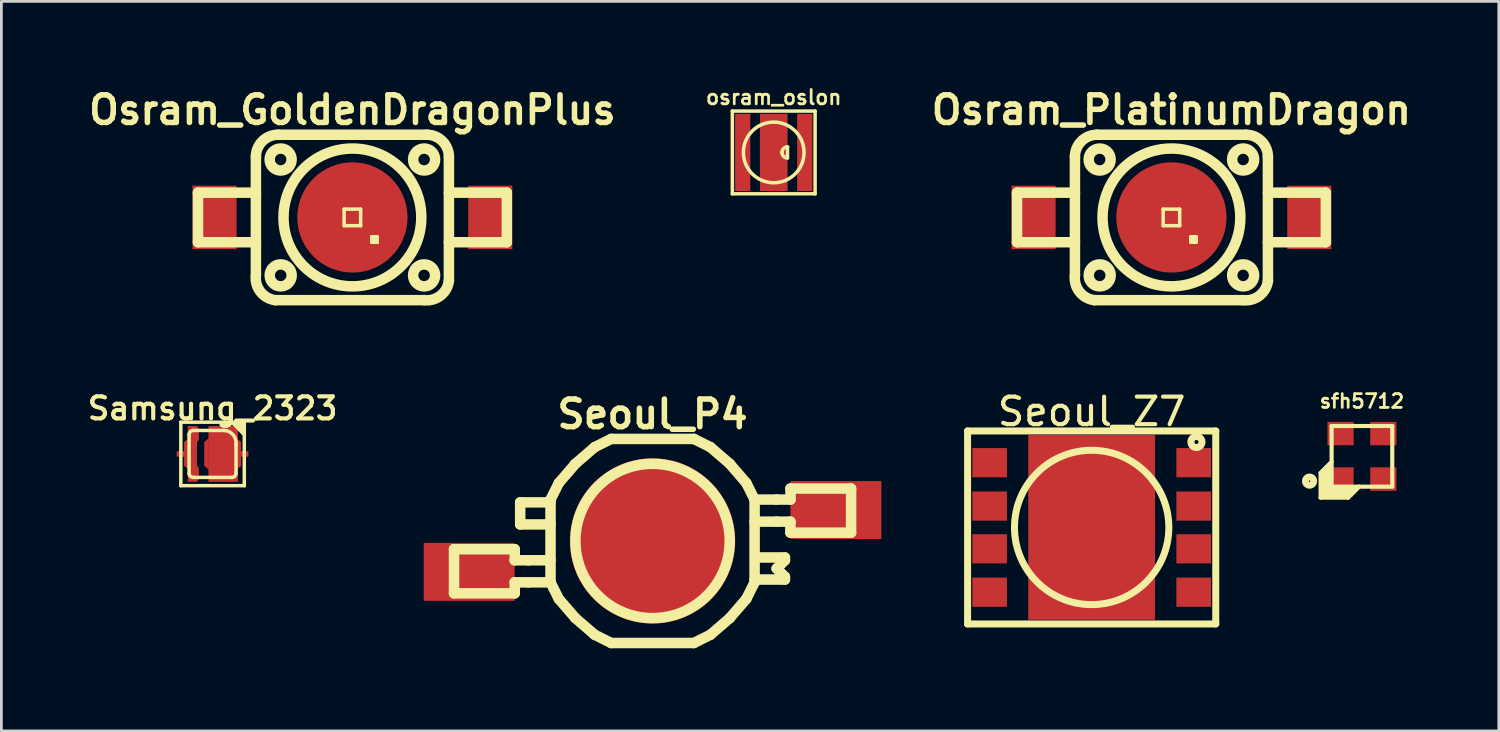
<source format=kicad_pcb>
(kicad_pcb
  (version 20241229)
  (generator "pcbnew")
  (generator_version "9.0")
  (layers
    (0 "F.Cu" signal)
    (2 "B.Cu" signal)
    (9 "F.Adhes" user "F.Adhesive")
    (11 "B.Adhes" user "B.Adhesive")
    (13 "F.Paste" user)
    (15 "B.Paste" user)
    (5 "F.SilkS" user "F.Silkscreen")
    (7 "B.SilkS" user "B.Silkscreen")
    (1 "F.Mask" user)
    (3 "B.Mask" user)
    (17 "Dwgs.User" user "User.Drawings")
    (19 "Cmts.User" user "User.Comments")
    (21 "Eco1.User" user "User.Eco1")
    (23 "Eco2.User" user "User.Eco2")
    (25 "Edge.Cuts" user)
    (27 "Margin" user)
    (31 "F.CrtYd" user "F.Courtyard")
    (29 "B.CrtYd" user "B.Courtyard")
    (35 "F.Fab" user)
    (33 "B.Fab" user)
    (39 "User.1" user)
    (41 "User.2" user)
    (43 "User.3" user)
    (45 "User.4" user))
  (footprint "Osram_PlatinumDragon"
    (layer "F.Cu")
    (at 39.439 4.837)
    (property "Reference" "Osram_PlatinumDragon" (at 0 -3.899 0) (layer "F.SilkS") (effects (font (size 1.001 1.001) (thickness 0.201))))
    (attr through_hole)
    (fp_line (start -5.601 -0.899) (end -5.601 0.899) (stroke (width 0.381) (type solid)) (layer "F.SilkS"))
    (fp_line (start -5.601 0.899) (end -3.5 0.899) (stroke (width 0.381) (type solid)) (layer "F.SilkS"))
    (fp_line (start -3.5 -0.899) (end -5.601 -0.899) (stroke (width 0.381) (type solid)) (layer "F.SilkS"))
    (fp_line (start -3.5 2.101) (end -3.5 -2.2) (stroke (width 0.381) (type solid)) (layer "F.SilkS"))
    (fp_line (start -2.7 -3) (end 2.7 -3) (stroke (width 0.381) (type solid)) (layer "F.SilkS"))
    (fp_line (start -0.3 -0.3) (end 0.3 -0.3) (stroke (width 0.127) (type solid)) (layer "F.SilkS"))
    (fp_line (start -0.3 0.3) (end -0.3 -0.3) (stroke (width 0.127) (type solid)) (layer "F.SilkS"))
    (fp_line (start 0.3 -0.3) (end 0.3 0.3) (stroke (width 0.127) (type solid)) (layer "F.SilkS"))
    (fp_line (start 0.3 0.3) (end -0.3 0.3) (stroke (width 0.127) (type solid)) (layer "F.SilkS"))
    (fp_line (start 0.701 0.701) (end 0.8 0.8) (stroke (width 0.127) (type solid)) (layer "F.SilkS"))
    (fp_line (start 0.701 0.701) (end 0.899 0.701) (stroke (width 0.127) (type solid)) (layer "F.SilkS"))
    (fp_line (start 0.701 0.899) (end 0.701 0.701) (stroke (width 0.127) (type solid)) (layer "F.SilkS"))
    (fp_line (start 0.899 0.701) (end 0.899 0.899) (stroke (width 0.127) (type solid)) (layer "F.SilkS"))
    (fp_line (start 0.899 0.899) (end 0.701 0.899) (stroke (width 0.127) (type solid)) (layer "F.SilkS"))
    (fp_line (start 2.601 3) (end -2.799 3) (stroke (width 0.381) (type solid)) (layer "F.SilkS"))
    (fp_line (start 3.5 -2.2) (end 3.5 2.301) (stroke (width 0.381) (type solid)) (layer "F.SilkS"))
    (fp_line (start 5.601 -0.899) (end 3.5 -0.899) (stroke (width 0.381) (type solid)) (layer "F.SilkS"))
    (fp_line (start 5.601 -0.899) (end 5.601 0.899) (stroke (width 0.381) (type solid)) (layer "F.SilkS"))
    (fp_line (start 5.601 0.899) (end 3.5 0.899) (stroke (width 0.381) (type solid)) (layer "F.SilkS"))
    (fp_arc (start -3.50012 -2.19964) (mid -3.265776 -2.765396) (end -2.70002 -2.99974) (stroke (width 0.381) (type solid)) (layer "F.SilkS"))
    (fp_arc (start -2.79908 2.99974) (mid -3.335822 2.69535) (end -3.50012 2.10058) (stroke (width 0.381) (type solid)) (layer "F.SilkS"))
    (fp_arc (start 2.70002 -2.99974) (mid 3.265776 -2.765396) (end 3.50012 -2.19964) (stroke (width 0.381) (type solid)) (layer "F.SilkS"))
    (fp_arc (start 3.50012 2.30124) (mid 3.193934 2.837238) (end 2.59842 2.99974) (stroke (width 0.381) (type solid)) (layer "F.SilkS"))
    (fp_circle (center -2.603 -2.101) (end -3.002 -2.101) (stroke (width 0.381) (type solid)) (fill no) (layer "F.SilkS"))
    (fp_circle (center -2.601 2.101) (end -3 2.101) (stroke (width 0.381) (type solid)) (fill no) (layer "F.SilkS"))
    (fp_circle (center 0 0) (end -2.499 0) (stroke (width 0.381) (type solid)) (fill no) (layer "F.SilkS"))
    (fp_circle (center 2.601 -2.101) (end 3 -2.101) (stroke (width 0.381) (type solid)) (fill no) (layer "F.SilkS"))
    (fp_circle (center 2.601 2.101) (end 3 2.101) (stroke (width 0.381) (type solid)) (fill no) (layer "F.SilkS"))
    (pad "1" smd rect (at -5.001 0) (size 1.6 2.301) (layers "F.Cu" "F.Mask" "F.Paste"))
    (pad "2" smd rect (at 5.001 0) (size 1.6 2.301) (layers "F.Cu" "F.Mask" "F.Paste"))
    (pad "3" smd circle (at 0 0) (size 4 4) (layers "F.Cu" "F.Mask" "F.Paste")))
  (footprint "Seoul_Z7"
    (layer "F.Cu")
    (at 36.546 16.081)
    (property "Reference" "Seoul_Z7" (at 0 -4.201 0) (layer "F.SilkS") (effects (font (size 0.998 0.998) (thickness 0.15))))
    (attr smd)
    (fp_line (start -4.501 -3.5) (end 4.501 -3.5) (stroke (width 0.254) (type solid)) (layer "F.SilkS"))
    (fp_line (start -4.501 3.5) (end -4.501 -3.5) (stroke (width 0.254) (type solid)) (layer "F.SilkS"))
    (fp_line (start 4.501 -3.5) (end 4.501 3.5) (stroke (width 0.254) (type solid)) (layer "F.SilkS"))
    (fp_line (start 4.501 3.5) (end -4.501 3.5) (stroke (width 0.254) (type solid)) (layer "F.SilkS"))
    (fp_circle (center 0 0) (end -2.799 0) (stroke (width 0.254) (type solid)) (fill no) (layer "F.SilkS"))
    (fp_circle (center 3.8 -3.099) (end 3.599 -3.099) (stroke (width 0.254) (type solid)) (fill no) (layer "F.SilkS"))
    (pad "" smd rect (at -1.15 -1.675) (size 2.3 3.35) (layers "F.Mask" "F.Paste"))
    (pad "" smd rect (at -1.15 1.675) (size 2.3 3.35) (layers "F.Mask" "F.Paste"))
    (pad "" smd rect (at 1.15 -1.675) (size 2.3 3.35) (layers "F.Mask" "F.Paste"))
    (pad "" smd rect (at 1.15 1.675) (size 2.3 3.35) (layers "F.Mask" "F.Paste"))
    (pad "1" smd rect (at 3.701 -2.349) (size 1.257 1.059) (layers "F.Cu" "F.Mask" "F.Paste"))
    (pad "2" smd rect (at 3.701 -0.775) (size 1.257 1.059) (layers "F.Cu" "F.Mask" "F.Paste"))
    (pad "3" smd rect (at 3.701 0.775) (size 1.257 1.059) (layers "F.Cu" "F.Mask" "F.Paste"))
    (pad "4" smd rect (at 3.701 2.349) (size 1.257 1.059) (layers "F.Cu" "F.Mask" "F.Paste"))
    (pad "5" smd rect (at -3.701 2.349) (size 1.257 1.059) (layers "F.Cu" "F.Mask" "F.Paste"))
    (pad "6" smd rect (at -3.701 0.775) (size 1.257 1.059) (layers "F.Cu" "F.Mask" "F.Paste"))
    (pad "7" smd rect (at -3.701 -0.775) (size 1.257 1.059) (layers "F.Cu" "F.Mask" "F.Paste"))
    (pad "8" smd rect (at -3.701 -2.349) (size 1.257 1.059) (layers "F.Cu" "F.Mask" "F.Paste"))
    (pad "9" smd rect (at 0 0) (size 4.6 6.7) (layers "F.Cu")))
  (footprint "Samsung_2323"
    (layer "F.Cu")
    (at 4.66 13.415)
    (property "Reference" "Samsung_2323" (at 0 -1.651 0) (layer "F.SilkS") (effects (font (size 0.8 0.8) (thickness 0.15))))
    (attr through_hole)
    (fp_line (start -1.151 -1.151) (end 1.151 -1.151) (stroke (width 0.127) (type solid)) (layer "F.SilkS"))
    (fp_line (start -1.151 1.151) (end -1.151 -1.151) (stroke (width 0.127) (type solid)) (layer "F.SilkS"))
    (fp_line (start -0.851 0.701) (end -0.851 -0.701) (stroke (width 0.127) (type solid)) (layer "F.SilkS"))
    (fp_line (start -0.701 -0.851) (end 0.45 -0.851) (stroke (width 0.127) (type solid)) (layer "F.SilkS"))
    (fp_line (start 0.701 0.851) (end -0.701 0.851) (stroke (width 0.127) (type solid)) (layer "F.SilkS"))
    (fp_line (start 0.851 -1.151) (end 1.151 -0.851) (stroke (width 0.127) (type solid)) (layer "F.SilkS"))
    (fp_line (start 0.851 -0.351) (end 0.851 0.701) (stroke (width 0.127) (type solid)) (layer "F.SilkS"))
    (fp_line (start 1.001 -1.151) (end 1.151 -1.001) (stroke (width 0.127) (type solid)) (layer "F.SilkS"))
    (fp_line (start 1.151 -1.151) (end 1.151 1.151) (stroke (width 0.127) (type solid)) (layer "F.SilkS"))
    (fp_line (start 1.151 -0.701) (end 0.701 -1.151) (stroke (width 0.127) (type solid)) (layer "F.SilkS"))
    (fp_line (start 1.151 1.151) (end -1.151 1.151) (stroke (width 0.127) (type solid)) (layer "F.SilkS"))
    (fp_arc (start -0.8509 -0.70104) (mid -0.807007 -0.807007) (end -0.70104 -0.8509) (stroke (width 0.127) (type solid)) (layer "F.SilkS"))
    (fp_arc (start -0.70104 0.8509) (mid -0.807007 0.807007) (end -0.8509 0.70104) (stroke (width 0.127) (type solid)) (layer "F.SilkS"))
    (fp_arc (start 0.44958 -0.8509) (mid 0.754398 -0.682556) (end 0.8509 -0.34798) (stroke (width 0.127) (type solid)) (layer "F.SilkS"))
    (fp_arc (start 0.8509 0.70104) (mid 0.807007 0.807007) (end 0.70104 0.8509) (stroke (width 0.127) (type solid)) (layer "F.SilkS"))
    (pad "1" smd rect (at -1.151 0) (size 0.3 0.201) (layers "F.Cu" "F.Mask" "F.Paste"))
    (pad "1" smd trapezoid (at -0.95 0) (size 0.165 1.001) (rect_delta -0.13 0) (layers "F.Cu" "F.Mask" "F.Paste"))
    (pad "1" smd rect (at -0.732 0) (size 0.335 2.024) (layers "F.Cu" "F.Mask" "F.Paste"))
    (pad "1" smd trapezoid (at -0.533 -0.716) (size 0.071 0.5) (rect_delta 0.099 0) (layers "F.Cu" "F.Mask" "F.Paste"))
    (pad "1" smd trapezoid (at -0.533 0.716) (size 0.071 0.5) (rect_delta 0.099 0) (layers "F.Cu" "F.Mask" "F.Paste"))
    (pad "2" smd trapezoid (at -0.221 0) (size 0.165 1.001) (rect_delta -0.15 0) (layers "F.Cu" "F.Mask" "F.Paste"))
    (pad "2" smd rect (at 0.386 0) (size 1.069 2.024) (layers "F.Cu" "F.Mask" "F.Paste"))
    (pad "2" smd trapezoid (at 0.95 0) (size 0.165 1.001) (rect_delta 0.13 0) (layers "F.Cu" "F.Mask" "F.Paste"))
    (pad "2" smd rect (at 1.151 0) (size 0.3 0.201) (layers "F.Cu" "F.Mask" "F.Paste")))
  (footprint "Osram_GoldenDragonPlus"
    (layer "F.Cu")
    (at 9.732 4.837)
    (property "Reference" "Osram_GoldenDragonPlus" (at 0 -3.899 0) (layer "F.SilkS") (effects (font (size 1.001 1.001) (thickness 0.201))))
    (attr through_hole)
    (fp_line (start -5.601 -0.899) (end -5.601 0.899) (stroke (width 0.381) (type solid)) (layer "F.SilkS"))
    (fp_line (start -5.601 0.899) (end -3.5 0.899) (stroke (width 0.381) (type solid)) (layer "F.SilkS"))
    (fp_line (start -3.5 -0.899) (end -5.601 -0.899) (stroke (width 0.381) (type solid)) (layer "F.SilkS"))
    (fp_line (start -3.5 2.101) (end -3.5 -2.2) (stroke (width 0.381) (type solid)) (layer "F.SilkS"))
    (fp_line (start -2.7 -3) (end 2.7 -3) (stroke (width 0.381) (type solid)) (layer "F.SilkS"))
    (fp_line (start -0.3 -0.3) (end 0.3 -0.3) (stroke (width 0.127) (type solid)) (layer "F.SilkS"))
    (fp_line (start -0.3 0.3) (end -0.3 -0.3) (stroke (width 0.127) (type solid)) (layer "F.SilkS"))
    (fp_line (start 0.3 -0.3) (end 0.3 0.3) (stroke (width 0.127) (type solid)) (layer "F.SilkS"))
    (fp_line (start 0.3 0.3) (end -0.3 0.3) (stroke (width 0.127) (type solid)) (layer "F.SilkS"))
    (fp_line (start 0.701 0.701) (end 0.899 0.701) (stroke (width 0.127) (type solid)) (layer "F.SilkS"))
    (fp_line (start 0.701 0.701) (end 0.899 0.899) (stroke (width 0.127) (type solid)) (layer "F.SilkS"))
    (fp_line (start 0.701 0.899) (end 0.701 0.701) (stroke (width 0.127) (type solid)) (layer "F.SilkS"))
    (fp_line (start 0.899 0.701) (end 0.899 0.899) (stroke (width 0.127) (type solid)) (layer "F.SilkS"))
    (fp_line (start 0.899 0.899) (end 0.701 0.899) (stroke (width 0.127) (type solid)) (layer "F.SilkS"))
    (fp_line (start 2.601 3) (end -2.799 3) (stroke (width 0.381) (type solid)) (layer "F.SilkS"))
    (fp_line (start 3.5 -2.2) (end 3.5 2.301) (stroke (width 0.381) (type solid)) (layer "F.SilkS"))
    (fp_line (start 5.601 -0.899) (end 3.5 -0.899) (stroke (width 0.381) (type solid)) (layer "F.SilkS"))
    (fp_line (start 5.601 -0.899) (end 5.601 0.899) (stroke (width 0.381) (type solid)) (layer "F.SilkS"))
    (fp_line (start 5.601 0.899) (end 3.5 0.899) (stroke (width 0.381) (type solid)) (layer "F.SilkS"))
    (fp_arc (start -3.50012 -2.19964) (mid -3.265776 -2.765396) (end -2.70002 -2.99974) (stroke (width 0.381) (type solid)) (layer "F.SilkS"))
    (fp_arc (start -2.79908 2.99974) (mid -3.335822 2.69535) (end -3.50012 2.10058) (stroke (width 0.381) (type solid)) (layer "F.SilkS"))
    (fp_arc (start 2.70002 -2.99974) (mid 3.265776 -2.765396) (end 3.50012 -2.19964) (stroke (width 0.381) (type solid)) (layer "F.SilkS"))
    (fp_arc (start 3.50012 2.30124) (mid 3.193934 2.837238) (end 2.59842 2.99974) (stroke (width 0.381) (type solid)) (layer "F.SilkS"))
    (fp_circle (center -2.603 -2.101) (end -3.002 -2.101) (stroke (width 0.381) (type solid)) (fill no) (layer "F.SilkS"))
    (fp_circle (center -2.601 2.101) (end -3 2.101) (stroke (width 0.381) (type solid)) (fill no) (layer "F.SilkS"))
    (fp_circle (center 0 0) (end -2.499 0) (stroke (width 0.381) (type solid)) (fill no) (layer "F.SilkS"))
    (fp_circle (center 2.601 -2.101) (end 3 -2.101) (stroke (width 0.381) (type solid)) (fill no) (layer "F.SilkS"))
    (fp_circle (center 2.601 2.101) (end 3 2.101) (stroke (width 0.381) (type solid)) (fill no) (layer "F.SilkS"))
    (pad "1" smd rect (at -5.001 0) (size 1.6 2.301) (layers "F.Cu" "F.Mask" "F.Paste"))
    (pad "2" smd rect (at 5.001 0) (size 1.6 2.301) (layers "F.Cu" "F.Mask" "F.Paste"))
    (pad "3" smd circle (at 0 0) (size 4 4) (layers "F.Cu" "F.Mask" "F.Paste")))
  (footprint "osram_oslon"
    (layer "F.Cu")
    (at 25.014 2.479)
    (property "Reference" "osram_oslon" (at 0 -1.999 0) (layer "F.SilkS") (effects (font (size 0.523 0.523) (thickness 0.099))))
    (attr through_hole)
    (fp_line (start -1.501 -1.501) (end -1.501 1.501) (stroke (width 0.127) (type solid)) (layer "F.SilkS"))
    (fp_line (start -1.501 1.501) (end 1.501 1.501) (stroke (width 0.127) (type solid)) (layer "F.SilkS"))
    (fp_line (start 0.5 -0.201) (end 0.5 0.201) (stroke (width 0.127) (type solid)) (layer "F.SilkS"))
    (fp_line (start 1.501 -1.501) (end -1.501 -1.501) (stroke (width 0.127) (type solid)) (layer "F.SilkS"))
    (fp_line (start 1.501 1.501) (end 1.501 -1.501) (stroke (width 0.127) (type solid)) (layer "F.SilkS"))
    (fp_arc (start 0.29972 0) (mid 0.358492 -0.141888) (end 0.50038 -0.20066) (stroke (width 0.127) (type solid)) (layer "F.SilkS"))
    (fp_arc (start 0.50038 0.20066) (mid 0.358492 0.141888) (end 0.29972 0) (stroke (width 0.127) (type solid)) (layer "F.SilkS"))
    (fp_circle (center 0 0) (end -1.1 0) (stroke (width 0.127) (type solid)) (fill no) (layer "F.SilkS"))
    (pad "1" smd rect (at -1.125 0) (size 0.551 2.799) (layers "F.Cu" "F.Mask" "F.Paste"))
    (pad "2" smd rect (at 1.125 0) (size 0.551 2.799) (layers "F.Cu" "F.Mask" "F.Paste"))
    (pad "3" smd rect (at 0 0) (size 1.001 2.799) (layers "F.Cu" "F.Mask" "F.Paste")))
  (footprint "sfh5712"
    (layer "F.Cu")
    (at 46.349 13.501)
    (property "Reference" "sfh5712" (at 0 -2 0) (layer "F.SilkS") (effects (font (size 0.5 0.5) (thickness 0.1))))
    (attr through_hole)
    (fp_line (start -1.5 0.6) (end -1.5 1.5) (stroke (width 0.15) (type solid)) (layer "F.SilkS"))
    (fp_line (start -1.5 0.6) (end -1.1 0.2) (stroke (width 0.15) (type solid)) (layer "F.SilkS"))
    (fp_line (start -1.4 0.5) (end -1.4 1.4) (stroke (width 0.15) (type solid)) (layer "F.SilkS"))
    (fp_line (start -1.4 1.4) (end -0.4 1.4) (stroke (width 0.15) (type solid)) (layer "F.SilkS"))
    (fp_line (start -1.3 0.4) (end -1.3 1.3) (stroke (width 0.15) (type solid)) (layer "F.SilkS"))
    (fp_line (start -1.3 1.3) (end -0.3 1.3) (stroke (width 0.15) (type solid)) (layer "F.SilkS"))
    (fp_line (start -1.2 0.3) (end -1.2 1.2) (stroke (width 0.15) (type solid)) (layer "F.SilkS"))
    (fp_line (start -1.2 1.2) (end -0.2 1.2) (stroke (width 0.15) (type solid)) (layer "F.SilkS"))
    (fp_line (start -1.1 -1.1) (end 1.1 -1.1) (stroke (width 0.15) (type solid)) (layer "F.SilkS"))
    (fp_line (start -1.1 1.1) (end -1.1 -1.1) (stroke (width 0.15) (type solid)) (layer "F.SilkS"))
    (fp_line (start -1.1 1.1) (end 1.1 1.1) (stroke (width 0.15) (type solid)) (layer "F.SilkS"))
    (fp_line (start -0.5 1.5) (end -1.5 1.5) (stroke (width 0.15) (type solid)) (layer "F.SilkS"))
    (fp_line (start -0.5 1.5) (end -0.1 1.1) (stroke (width 0.15) (type solid)) (layer "F.SilkS"))
    (fp_line (start 1.1 -1.1) (end 1.1 1.1) (stroke (width 0.15) (type solid)) (layer "F.SilkS"))
    (fp_circle (center -1.902 0.9) (end -1.902 1) (stroke (width 0.15) (type solid)) (fill no) (layer "F.SilkS"))
    (fp_circle (center -1.9 0.9) (end -2.1 0.9) (stroke (width 0.15) (type solid)) (fill no) (layer "F.SilkS"))
    (pad "1" smd rect (at -0.775 0.825) (size 0.95 0.85) (layers "F.Cu" "F.Mask" "F.Paste"))
    (pad "2" smd rect (at 0.775 0.825) (size 0.95 0.85) (layers "F.Cu" "F.Mask" "F.Paste"))
    (pad "3" smd rect (at 0.775 -0.825) (size 0.95 0.85) (layers "F.Cu" "F.Mask" "F.Paste"))
    (pad "4" smd rect (at -0.775 -0.825) (size 0.95 0.85) (layers "F.Cu" "F.Mask" "F.Paste")))
  (footprint "Seoul_P4"
    (layer "F.Cu")
    (at 20.619 16.571)
    (property "Reference" "Seoul_P4" (at 0 -4.6 0) (layer "F.SilkS") (effects (font (size 1.001 1.001) (thickness 0.201))))
    (attr through_hole)
    (fp_line (start -7.201 0.3) (end -5.001 0.3) (stroke (width 0.381) (type solid)) (layer "F.SilkS"))
    (fp_line (start -7.201 1.897) (end -7.201 0.297) (stroke (width 0.381) (type solid)) (layer "F.SilkS"))
    (fp_line (start -7.201 1.9) (end -5.001 1.9) (stroke (width 0.381) (type solid)) (layer "F.SilkS"))
    (fp_line (start -4.999 0.3) (end -4.999 0.701) (stroke (width 0.381) (type solid)) (layer "F.SilkS"))
    (fp_line (start -4.999 1.9) (end -4.999 1.501) (stroke (width 0.381) (type solid)) (layer "F.SilkS"))
    (fp_line (start -4.801 -0.599) (end -4.801 -1.4) (stroke (width 0.381) (type solid)) (layer "F.SilkS"))
    (fp_line (start -4.501 0.701) (end -5.001 0.701) (stroke (width 0.381) (type solid)) (layer "F.SilkS"))
    (fp_line (start -4.501 0.701) (end -3.701 0.701) (stroke (width 0.381) (type solid)) (layer "F.SilkS"))
    (fp_line (start -4.501 1.501) (end -5.001 1.501) (stroke (width 0.381) (type solid)) (layer "F.SilkS"))
    (fp_line (start -4.501 1.501) (end -3.701 1.501) (stroke (width 0.381) (type solid)) (layer "F.SilkS"))
    (fp_line (start -3.701 -1.501) (end -3.401 -2.101) (stroke (width 0.381) (type solid)) (layer "F.SilkS"))
    (fp_line (start -3.701 -1.4) (end -4.801 -1.4) (stroke (width 0.381) (type solid)) (layer "F.SilkS"))
    (fp_line (start -3.701 -0.599) (end -4.801 -0.599) (stroke (width 0.381) (type solid)) (layer "F.SilkS"))
    (fp_line (start -3.701 1.501) (end -3.701 -1.501) (stroke (width 0.381) (type solid)) (layer "F.SilkS"))
    (fp_line (start -3.701 1.501) (end -3.401 2.101) (stroke (width 0.381) (type solid)) (layer "F.SilkS"))
    (fp_line (start -3.401 -2.101) (end -2.799 -2.799) (stroke (width 0.381) (type solid)) (layer "F.SilkS"))
    (fp_line (start -2.799 -2.799) (end -2.101 -3.401) (stroke (width 0.381) (type solid)) (layer "F.SilkS"))
    (fp_line (start -2.799 2.799) (end -3.401 2.101) (stroke (width 0.381) (type solid)) (layer "F.SilkS"))
    (fp_line (start -2.101 -3.401) (end -1.501 -3.701) (stroke (width 0.381) (type solid)) (layer "F.SilkS"))
    (fp_line (start -2.101 3.401) (end -2.799 2.799) (stroke (width 0.381) (type solid)) (layer "F.SilkS"))
    (fp_line (start -1.501 -3.701) (end 1.501 -3.701) (stroke (width 0.381) (type solid)) (layer "F.SilkS"))
    (fp_line (start -1.501 3.701) (end -2.101 3.401) (stroke (width 0.381) (type solid)) (layer "F.SilkS"))
    (fp_line (start 1.501 -3.701) (end 2.101 -3.401) (stroke (width 0.381) (type solid)) (layer "F.SilkS"))
    (fp_line (start 1.501 3.701) (end -1.501 3.701) (stroke (width 0.381) (type solid)) (layer "F.SilkS"))
    (fp_line (start 1.501 3.701) (end 2.101 3.401) (stroke (width 0.381) (type solid)) (layer "F.SilkS"))
    (fp_line (start 2.101 -3.401) (end 2.799 -2.799) (stroke (width 0.381) (type solid)) (layer "F.SilkS"))
    (fp_line (start 2.799 -2.799) (end 3.401 -2.101) (stroke (width 0.381) (type solid)) (layer "F.SilkS"))
    (fp_line (start 2.799 2.799) (end 2.101 3.401) (stroke (width 0.381) (type solid)) (layer "F.SilkS"))
    (fp_line (start 3.401 2.101) (end 2.799 2.799) (stroke (width 0.381) (type solid)) (layer "F.SilkS"))
    (fp_line (start 3.701 -1.501) (end 3.401 -2.101) (stroke (width 0.381) (type solid)) (layer "F.SilkS"))
    (fp_line (start 3.701 -1.501) (end 3.701 1.501) (stroke (width 0.381) (type solid)) (layer "F.SilkS"))
    (fp_line (start 3.701 1.4) (end 4.801 1.4) (stroke (width 0.381) (type solid)) (layer "F.SilkS"))
    (fp_line (start 3.701 1.501) (end 3.401 2.101) (stroke (width 0.381) (type solid)) (layer "F.SilkS"))
    (fp_line (start 3.8 0.599) (end 4.801 0.599) (stroke (width 0.381) (type solid)) (layer "F.SilkS"))
    (fp_line (start 4.501 -1.501) (end 3.701 -1.501) (stroke (width 0.381) (type solid)) (layer "F.SilkS"))
    (fp_line (start 4.501 -0.701) (end 3.701 -0.701) (stroke (width 0.381) (type solid)) (layer "F.SilkS"))
    (fp_line (start 4.501 1.001) (end 4.801 1.3) (stroke (width 0.381) (type solid)) (layer "F.SilkS"))
    (fp_line (start 4.801 0.599) (end 4.801 0.701) (stroke (width 0.381) (type solid)) (layer "F.SilkS"))
    (fp_line (start 4.801 0.701) (end 4.501 1.001) (stroke (width 0.381) (type solid)) (layer "F.SilkS"))
    (fp_line (start 4.801 1.3) (end 4.801 1.4) (stroke (width 0.381) (type solid)) (layer "F.SilkS"))
    (fp_line (start 4.999 -0.3) (end 4.999 -0.701) (stroke (width 0.381) (type solid)) (layer "F.SilkS"))
    (fp_line (start 5.001 -1.9) (end 7.201 -1.9) (stroke (width 0.381) (type solid)) (layer "F.SilkS"))
    (fp_line (start 5.001 -1.501) (end 4.501 -1.501) (stroke (width 0.381) (type solid)) (layer "F.SilkS"))
    (fp_line (start 5.001 -0.701) (end 4.501 -0.701) (stroke (width 0.381) (type solid)) (layer "F.SilkS"))
    (fp_line (start 5.004 -1.9) (end 5.004 -1.501) (stroke (width 0.381) (type solid)) (layer "F.SilkS"))
    (fp_line (start 7.201 -1.9) (end 7.201 -0.3) (stroke (width 0.381) (type solid)) (layer "F.SilkS"))
    (fp_line (start 7.201 -0.3) (end 5.001 -0.3) (stroke (width 0.381) (type solid)) (layer "F.SilkS"))
    (fp_circle (center 0 0) (end -2.799 0) (stroke (width 0.381) (type solid)) (fill no) (layer "F.SilkS"))
    (pad "1" smd rect (at -6.65 1.12) (size 3.299 2.101) (layers "F.Cu" "F.Mask" "F.Paste"))
    (pad "2" smd rect (at 6.65 -1.12) (size 3.299 2.101) (layers "F.Cu" "F.Mask" "F.Paste"))
    (pad "3" smd circle (at 0 0) (size 5.999 5.999) (layers "F.Cu" "F.Mask" "F.Paste")))
  (gr_rect
    (start -3 -3)
    (end 51.313 23.462)
    (stroke (width 0.1) (type default))
    (fill no)
    (layer "Edge.Cuts")))
</source>
